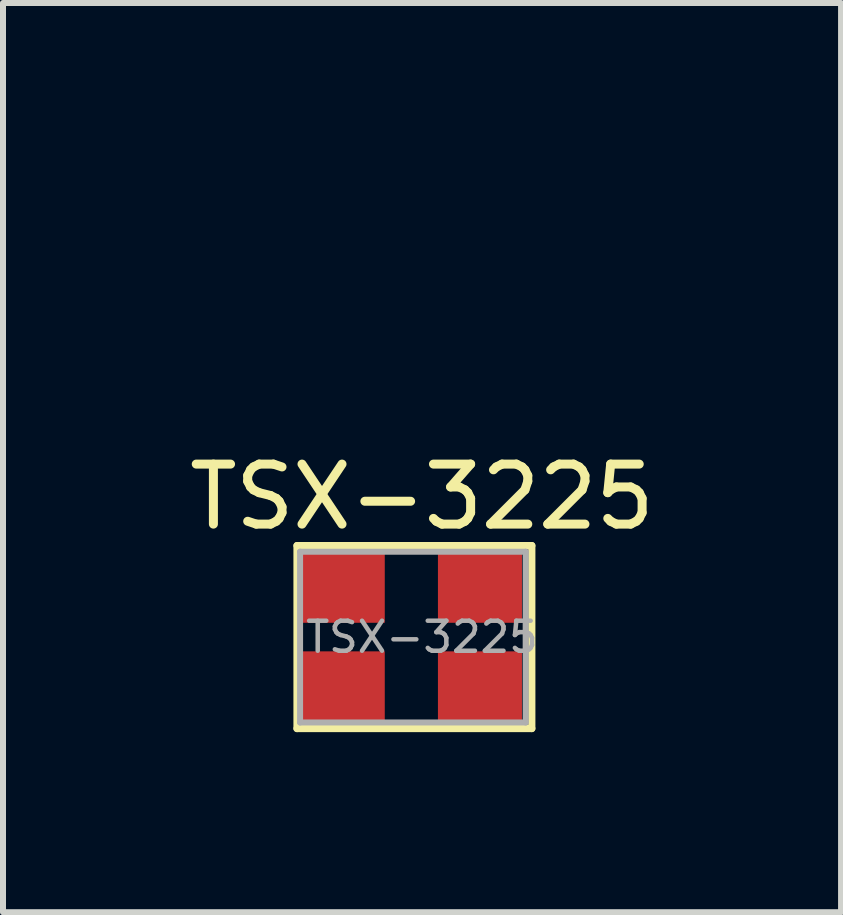
<source format=kicad_pcb>
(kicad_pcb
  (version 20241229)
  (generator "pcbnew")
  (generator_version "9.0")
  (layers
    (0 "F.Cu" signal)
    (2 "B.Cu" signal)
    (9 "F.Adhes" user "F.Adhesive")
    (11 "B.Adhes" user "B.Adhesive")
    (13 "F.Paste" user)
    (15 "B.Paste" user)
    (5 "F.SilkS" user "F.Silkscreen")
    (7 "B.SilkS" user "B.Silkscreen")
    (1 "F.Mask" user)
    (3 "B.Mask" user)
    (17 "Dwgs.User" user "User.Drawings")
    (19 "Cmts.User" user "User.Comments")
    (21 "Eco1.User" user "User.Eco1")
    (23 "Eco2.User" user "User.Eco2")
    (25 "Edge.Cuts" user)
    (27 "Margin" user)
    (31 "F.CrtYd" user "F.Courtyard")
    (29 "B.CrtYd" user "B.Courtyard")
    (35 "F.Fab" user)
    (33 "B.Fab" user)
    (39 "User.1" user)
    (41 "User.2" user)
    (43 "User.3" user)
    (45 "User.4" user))
  (footprint "TSX-3225"
    (layer "F.Cu")
    (at 3.677 0.25)
    (property "Reference" "TSX-3225" (at 0.305 4.978 0) (layer "F.SilkS") (effects (font (size 1 1) (thickness 0.15))))
    (attr smd)
    (fp_line (start -1.778 5.791) (end -1.778 8.839) (stroke (width 0.12) (type solid)) (layer "F.SilkS"))
    (fp_line (start -1.778 5.791) (end 2.134 5.791) (stroke (width 0.12) (type solid)) (layer "F.SilkS"))
    (fp_line (start -1.778 8.839) (end 2.134 8.839) (stroke (width 0.12) (type solid)) (layer "F.SilkS"))
    (fp_line (start 2.134 5.791) (end 2.134 8.839) (stroke (width 0.12) (type solid)) (layer "F.SilkS"))
    (fp_line (start -1.727 5.893) (end -1.727 8.738) (stroke (width 0.1) (type solid)) (layer "F.Fab"))
    (fp_line (start -1.727 5.893) (end 2.032 5.893) (stroke (width 0.1) (type solid)) (layer "F.Fab"))
    (fp_line (start -1.727 8.738) (end 2.032 8.738) (stroke (width 0.1) (type solid)) (layer "F.Fab"))
    (fp_line (start 2.032 5.893) (end 2.032 8.738) (stroke (width 0.1) (type solid)) (layer "F.Fab"))
    (fp_text user "${REFERENCE}" (at 0.305 7.315 0) (layer "F.Fab") (effects (font (size 0.5 0.5) (thickness 0.075))))
    (pad "1" smd rect (at -1.016 8.128) (size 1.4 1.15) (layers "F.Cu" "F.Mask" "F.Paste"))
    (pad "2" smd rect (at 1.27 8.128) (size 1.4 1.15) (layers "F.Cu" "F.Mask" "F.Paste"))
    (pad "3" smd rect (at 1.27 6.502) (size 1.4 1.15) (layers "F.Cu" "F.Mask" "F.Paste"))
    (pad "4" smd rect (at -1.016 6.502) (size 1.4 1.15) (layers "F.Cu" "F.Mask" "F.Paste")))
  (gr_rect
    (start -3 -3)
    (end 10.964 12.149)
    (stroke (width 0.1) (type default))
    (fill no)
    (layer "Edge.Cuts")))
</source>
